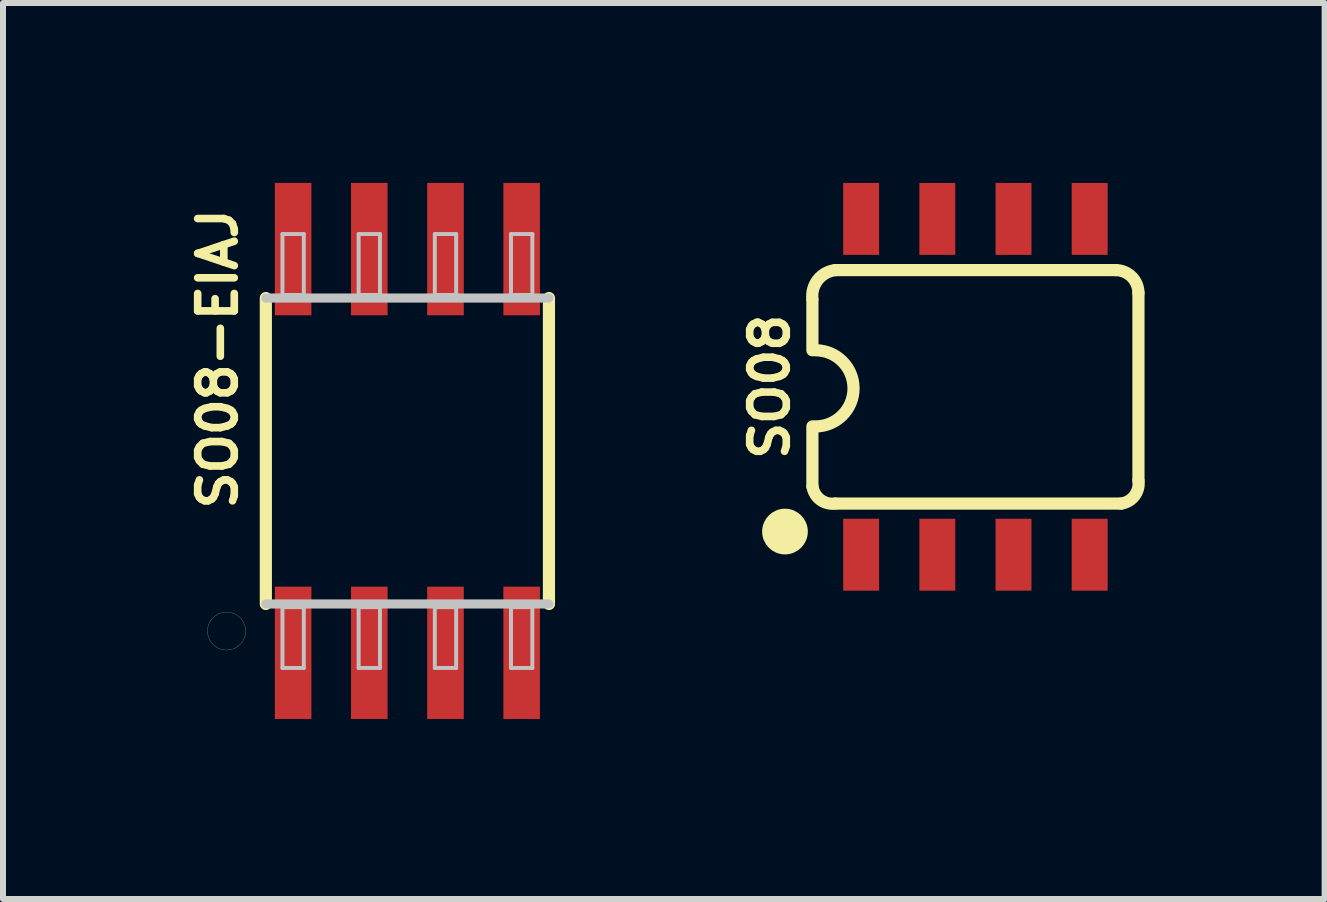
<source format=kicad_pcb>
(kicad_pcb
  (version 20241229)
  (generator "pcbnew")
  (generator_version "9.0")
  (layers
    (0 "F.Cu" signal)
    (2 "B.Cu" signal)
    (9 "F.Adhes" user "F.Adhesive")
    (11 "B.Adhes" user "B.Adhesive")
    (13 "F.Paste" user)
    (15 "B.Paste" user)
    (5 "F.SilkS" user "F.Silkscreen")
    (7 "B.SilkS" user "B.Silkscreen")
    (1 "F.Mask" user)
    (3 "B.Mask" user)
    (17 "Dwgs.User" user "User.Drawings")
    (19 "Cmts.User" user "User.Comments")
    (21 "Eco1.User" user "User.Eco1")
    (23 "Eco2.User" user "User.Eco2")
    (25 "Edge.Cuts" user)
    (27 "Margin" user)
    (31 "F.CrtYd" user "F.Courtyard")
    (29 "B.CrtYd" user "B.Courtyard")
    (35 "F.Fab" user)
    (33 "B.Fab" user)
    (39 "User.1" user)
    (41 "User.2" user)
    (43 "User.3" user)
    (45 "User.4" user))
  (footprint "SO08-EIAJ"
    (layer "F.Cu")
    (at 3.742 4.456)
    (property "Reference" "SO08-EIAJ" (at -3.162 -1.524 90) (layer "F.SilkS") (effects (font (size 0.61 0.61) (thickness 0.127))))
    (attr smd)
    (fp_line (start -3.332 3.015) (end -3.325 3.086) (stroke (width 0.003) (type solid)) (layer "F.SilkS"))
    (fp_line (start -3.325 2.944) (end -3.332 3.015) (stroke (width 0.003) (type solid)) (layer "F.SilkS"))
    (fp_line (start -3.325 3.086) (end -3.302 3.152) (stroke (width 0.003) (type solid)) (layer "F.SilkS"))
    (fp_line (start -3.302 2.878) (end -3.325 2.944) (stroke (width 0.003) (type solid)) (layer "F.SilkS"))
    (fp_line (start -3.302 3.152) (end -3.264 3.213) (stroke (width 0.003) (type solid)) (layer "F.SilkS"))
    (fp_line (start -3.264 2.817) (end -3.302 2.878) (stroke (width 0.003) (type solid)) (layer "F.SilkS"))
    (fp_line (start -3.264 3.213) (end -3.213 3.264) (stroke (width 0.003) (type solid)) (layer "F.SilkS"))
    (fp_line (start -3.213 2.766) (end -3.264 2.817) (stroke (width 0.003) (type solid)) (layer "F.SilkS"))
    (fp_line (start -3.213 3.264) (end -3.152 3.302) (stroke (width 0.003) (type solid)) (layer "F.SilkS"))
    (fp_line (start -3.152 2.728) (end -3.213 2.766) (stroke (width 0.003) (type solid)) (layer "F.SilkS"))
    (fp_line (start -3.152 3.302) (end -3.086 3.325) (stroke (width 0.003) (type solid)) (layer "F.SilkS"))
    (fp_line (start -3.086 2.705) (end -3.152 2.728) (stroke (width 0.003) (type solid)) (layer "F.SilkS"))
    (fp_line (start -3.086 3.325) (end -3.015 3.332) (stroke (width 0.003) (type solid)) (layer "F.SilkS"))
    (fp_line (start -3.015 2.697) (end -3.086 2.705) (stroke (width 0.003) (type solid)) (layer "F.SilkS"))
    (fp_line (start -3.015 3.332) (end -2.944 3.325) (stroke (width 0.003) (type solid)) (layer "F.SilkS"))
    (fp_line (start -2.944 2.705) (end -3.015 2.697) (stroke (width 0.003) (type solid)) (layer "F.SilkS"))
    (fp_line (start -2.944 3.325) (end -2.878 3.302) (stroke (width 0.003) (type solid)) (layer "F.SilkS"))
    (fp_line (start -2.878 2.728) (end -2.944 2.705) (stroke (width 0.003) (type solid)) (layer "F.SilkS"))
    (fp_line (start -2.878 3.302) (end -2.817 3.264) (stroke (width 0.003) (type solid)) (layer "F.SilkS"))
    (fp_line (start -2.817 2.766) (end -2.878 2.728) (stroke (width 0.003) (type solid)) (layer "F.SilkS"))
    (fp_line (start -2.817 3.264) (end -2.766 3.213) (stroke (width 0.003) (type solid)) (layer "F.SilkS"))
    (fp_line (start -2.766 2.817) (end -2.817 2.766) (stroke (width 0.003) (type solid)) (layer "F.SilkS"))
    (fp_line (start -2.766 3.213) (end -2.728 3.152) (stroke (width 0.003) (type solid)) (layer "F.SilkS"))
    (fp_line (start -2.728 2.878) (end -2.766 2.817) (stroke (width 0.003) (type solid)) (layer "F.SilkS"))
    (fp_line (start -2.728 3.152) (end -2.705 3.086) (stroke (width 0.003) (type solid)) (layer "F.SilkS"))
    (fp_line (start -2.705 2.944) (end -2.728 2.878) (stroke (width 0.003) (type solid)) (layer "F.SilkS"))
    (fp_line (start -2.705 3.086) (end -2.697 3.015) (stroke (width 0.003) (type solid)) (layer "F.SilkS"))
    (fp_line (start -2.697 3.015) (end -2.705 2.944) (stroke (width 0.003) (type solid)) (layer "F.SilkS"))
    (fp_line (start -2.36 -2.537) (end -2.36 2.563) (stroke (width 0.203) (type solid)) (layer "F.SilkS"))
    (fp_line (start 2.36 2.563) (end 2.36 -2.537) (stroke (width 0.203) (type solid)) (layer "F.SilkS"))
    (fp_line (start -2.36 2.563) (end 2.36 2.563) (stroke (width 0.152) (type solid)) (layer "Dwgs.User"))
    (fp_line (start -2.083 -3.604) (end -1.727 -3.604) (stroke (width 0.066) (type solid)) (layer "Dwgs.User"))
    (fp_line (start -2.083 -2.588) (end -2.083 -3.604) (stroke (width 0.066) (type solid)) (layer "Dwgs.User"))
    (fp_line (start -2.083 -2.588) (end -1.727 -2.588) (stroke (width 0.066) (type solid)) (layer "Dwgs.User"))
    (fp_line (start -2.083 2.616) (end -1.727 2.616) (stroke (width 0.066) (type solid)) (layer "Dwgs.User"))
    (fp_line (start -2.083 3.63) (end -2.083 2.616) (stroke (width 0.066) (type solid)) (layer "Dwgs.User"))
    (fp_line (start -2.083 3.63) (end -1.727 3.63) (stroke (width 0.066) (type solid)) (layer "Dwgs.User"))
    (fp_line (start -1.727 -2.588) (end -1.727 -3.604) (stroke (width 0.066) (type solid)) (layer "Dwgs.User"))
    (fp_line (start -1.727 3.63) (end -1.727 2.616) (stroke (width 0.066) (type solid)) (layer "Dwgs.User"))
    (fp_line (start -0.813 -3.604) (end -0.457 -3.604) (stroke (width 0.066) (type solid)) (layer "Dwgs.User"))
    (fp_line (start -0.813 -2.588) (end -0.813 -3.604) (stroke (width 0.066) (type solid)) (layer "Dwgs.User"))
    (fp_line (start -0.813 -2.588) (end -0.457 -2.588) (stroke (width 0.066) (type solid)) (layer "Dwgs.User"))
    (fp_line (start -0.813 2.616) (end -0.457 2.616) (stroke (width 0.066) (type solid)) (layer "Dwgs.User"))
    (fp_line (start -0.813 3.63) (end -0.813 2.616) (stroke (width 0.066) (type solid)) (layer "Dwgs.User"))
    (fp_line (start -0.813 3.63) (end -0.457 3.63) (stroke (width 0.066) (type solid)) (layer "Dwgs.User"))
    (fp_line (start -0.457 -2.588) (end -0.457 -3.604) (stroke (width 0.066) (type solid)) (layer "Dwgs.User"))
    (fp_line (start -0.457 3.63) (end -0.457 2.616) (stroke (width 0.066) (type solid)) (layer "Dwgs.User"))
    (fp_line (start 0.457 -3.604) (end 0.813 -3.604) (stroke (width 0.066) (type solid)) (layer "Dwgs.User"))
    (fp_line (start 0.457 -2.588) (end 0.457 -3.604) (stroke (width 0.066) (type solid)) (layer "Dwgs.User"))
    (fp_line (start 0.457 -2.588) (end 0.813 -2.588) (stroke (width 0.066) (type solid)) (layer "Dwgs.User"))
    (fp_line (start 0.457 2.616) (end 0.813 2.616) (stroke (width 0.066) (type solid)) (layer "Dwgs.User"))
    (fp_line (start 0.457 3.63) (end 0.457 2.616) (stroke (width 0.066) (type solid)) (layer "Dwgs.User"))
    (fp_line (start 0.457 3.63) (end 0.813 3.63) (stroke (width 0.066) (type solid)) (layer "Dwgs.User"))
    (fp_line (start 0.813 -2.588) (end 0.813 -3.604) (stroke (width 0.066) (type solid)) (layer "Dwgs.User"))
    (fp_line (start 0.813 3.63) (end 0.813 2.616) (stroke (width 0.066) (type solid)) (layer "Dwgs.User"))
    (fp_line (start 1.727 -3.604) (end 2.083 -3.604) (stroke (width 0.066) (type solid)) (layer "Dwgs.User"))
    (fp_line (start 1.727 -2.588) (end 1.727 -3.604) (stroke (width 0.066) (type solid)) (layer "Dwgs.User"))
    (fp_line (start 1.727 -2.588) (end 2.083 -2.588) (stroke (width 0.066) (type solid)) (layer "Dwgs.User"))
    (fp_line (start 1.727 2.616) (end 2.083 2.616) (stroke (width 0.066) (type solid)) (layer "Dwgs.User"))
    (fp_line (start 1.727 3.63) (end 1.727 2.616) (stroke (width 0.066) (type solid)) (layer "Dwgs.User"))
    (fp_line (start 1.727 3.63) (end 2.083 3.63) (stroke (width 0.066) (type solid)) (layer "Dwgs.User"))
    (fp_line (start 2.083 -2.588) (end 2.083 -3.604) (stroke (width 0.066) (type solid)) (layer "Dwgs.User"))
    (fp_line (start 2.083 3.63) (end 2.083 2.616) (stroke (width 0.066) (type solid)) (layer "Dwgs.User"))
    (fp_line (start 2.36 -2.537) (end -2.36 -2.537) (stroke (width 0.152) (type solid)) (layer "Dwgs.User"))
    (pad "1" smd rect (at -1.905 3.378) (size 0.61 2.207) (layers "F.Cu" "F.Mask" "F.Paste"))
    (pad "2" smd rect (at -0.635 3.378) (size 0.61 2.207) (layers "F.Cu" "F.Mask" "F.Paste"))
    (pad "3" smd rect (at 0.635 3.378) (size 0.61 2.207) (layers "F.Cu" "F.Mask" "F.Paste"))
    (pad "4" smd rect (at 1.905 3.378) (size 0.61 2.207) (layers "F.Cu" "F.Mask" "F.Paste"))
    (pad "5" smd rect (at 1.905 -3.353) (size 0.61 2.207) (layers "F.Cu" "F.Mask" "F.Paste"))
    (pad "6" smd rect (at 0.635 -3.353) (size 0.61 2.207) (layers "F.Cu" "F.Mask" "F.Paste"))
    (pad "7" smd rect (at -0.635 -3.353) (size 0.61 2.207) (layers "F.Cu" "F.Mask" "F.Paste"))
    (pad "8" smd rect (at -1.905 -3.353) (size 0.61 2.207) (layers "F.Cu" "F.Mask" "F.Paste")))
  (footprint "SO08"
    (layer "F.Cu")
    (at 13.212 3.399)
    (property "Reference" "SO08" (at -3.429 0 90) (layer "F.SilkS") (effects (font (size 0.61 0.61) (thickness 0.127))))
    (attr smd)
    (fp_line (start -2.718 -1.45) (end -2.718 -0.61) (stroke (width 0.203) (type solid)) (layer "F.SilkS"))
    (fp_line (start -2.718 1.664) (end -2.718 0.66) (stroke (width 0.203) (type solid)) (layer "F.SilkS"))
    (fp_line (start -2.337 1.946) (end 2.436 1.946) (stroke (width 0.203) (type solid)) (layer "F.SilkS"))
    (fp_line (start 2.337 -1.946) (end -2.337 -1.946) (stroke (width 0.203) (type solid)) (layer "F.SilkS"))
    (fp_line (start 2.718 1.565) (end 2.718 -1.565) (stroke (width 0.203) (type solid)) (layer "F.SilkS"))
    (fp_arc (start -2.7178 -1.46304) (mid -2.62725 -1.783248) (end -2.3368 -1.94564) (stroke (width 0.2032) (type solid)) (layer "F.SilkS"))
    (fp_arc (start -2.667 -0.6096) (mid -2.032 0.0254) (end -2.667 0.6604) (stroke (width 0.2032) (type solid)) (layer "F.SilkS"))
    (fp_arc (start -2.3368 1.94564) (mid -2.584422 1.883052) (end -2.71526 1.6637) (stroke (width 0.2032) (type solid)) (layer "F.SilkS"))
    (fp_arc (start 2.3368 -1.94564) (mid 2.606208 -1.834048) (end 2.7178 -1.56464) (stroke (width 0.2032) (type solid)) (layer "F.SilkS"))
    (fp_arc (start 2.7178 1.56464) (mid 2.654468 1.814058) (end 2.43332 1.94564) (stroke (width 0.2032) (type solid)) (layer "F.SilkS"))
    (fp_circle (center -3.175 2.413) (end -3.048 2.413) (stroke (width 0.254) (type solid)) (fill no) (layer "F.SilkS"))
    (fp_circle (center -3.175 2.413) (end -2.921 2.413) (stroke (width 0.254) (type solid)) (fill no) (layer "F.SilkS"))
    (pad "1" smd rect (at -1.905 2.799) (size 0.599 1.199) (layers "F.Cu" "F.Mask" "F.Paste"))
    (pad "2" smd rect (at -0.635 2.799) (size 0.599 1.199) (layers "F.Cu" "F.Mask" "F.Paste"))
    (pad "3" smd rect (at 0.635 2.799) (size 0.599 1.199) (layers "F.Cu" "F.Mask" "F.Paste"))
    (pad "4" smd rect (at 1.905 2.799) (size 0.599 1.199) (layers "F.Cu" "F.Mask" "F.Paste"))
    (pad "5" smd rect (at 1.905 -2.799) (size 0.599 1.199) (layers "F.Cu" "F.Mask" "F.Paste"))
    (pad "6" smd rect (at 0.635 -2.799) (size 0.599 1.199) (layers "F.Cu" "F.Mask" "F.Paste"))
    (pad "7" smd rect (at -0.635 -2.799) (size 0.599 1.199) (layers "F.Cu" "F.Mask" "F.Paste"))
    (pad "8" smd rect (at -1.905 -2.799) (size 0.599 1.199) (layers "F.Cu" "F.Mask" "F.Paste")))
  (gr_rect
    (start -3 -3)
    (end 19.034 11.938)
    (stroke (width 0.1) (type default))
    (fill no)
    (layer "Edge.Cuts")))
</source>
